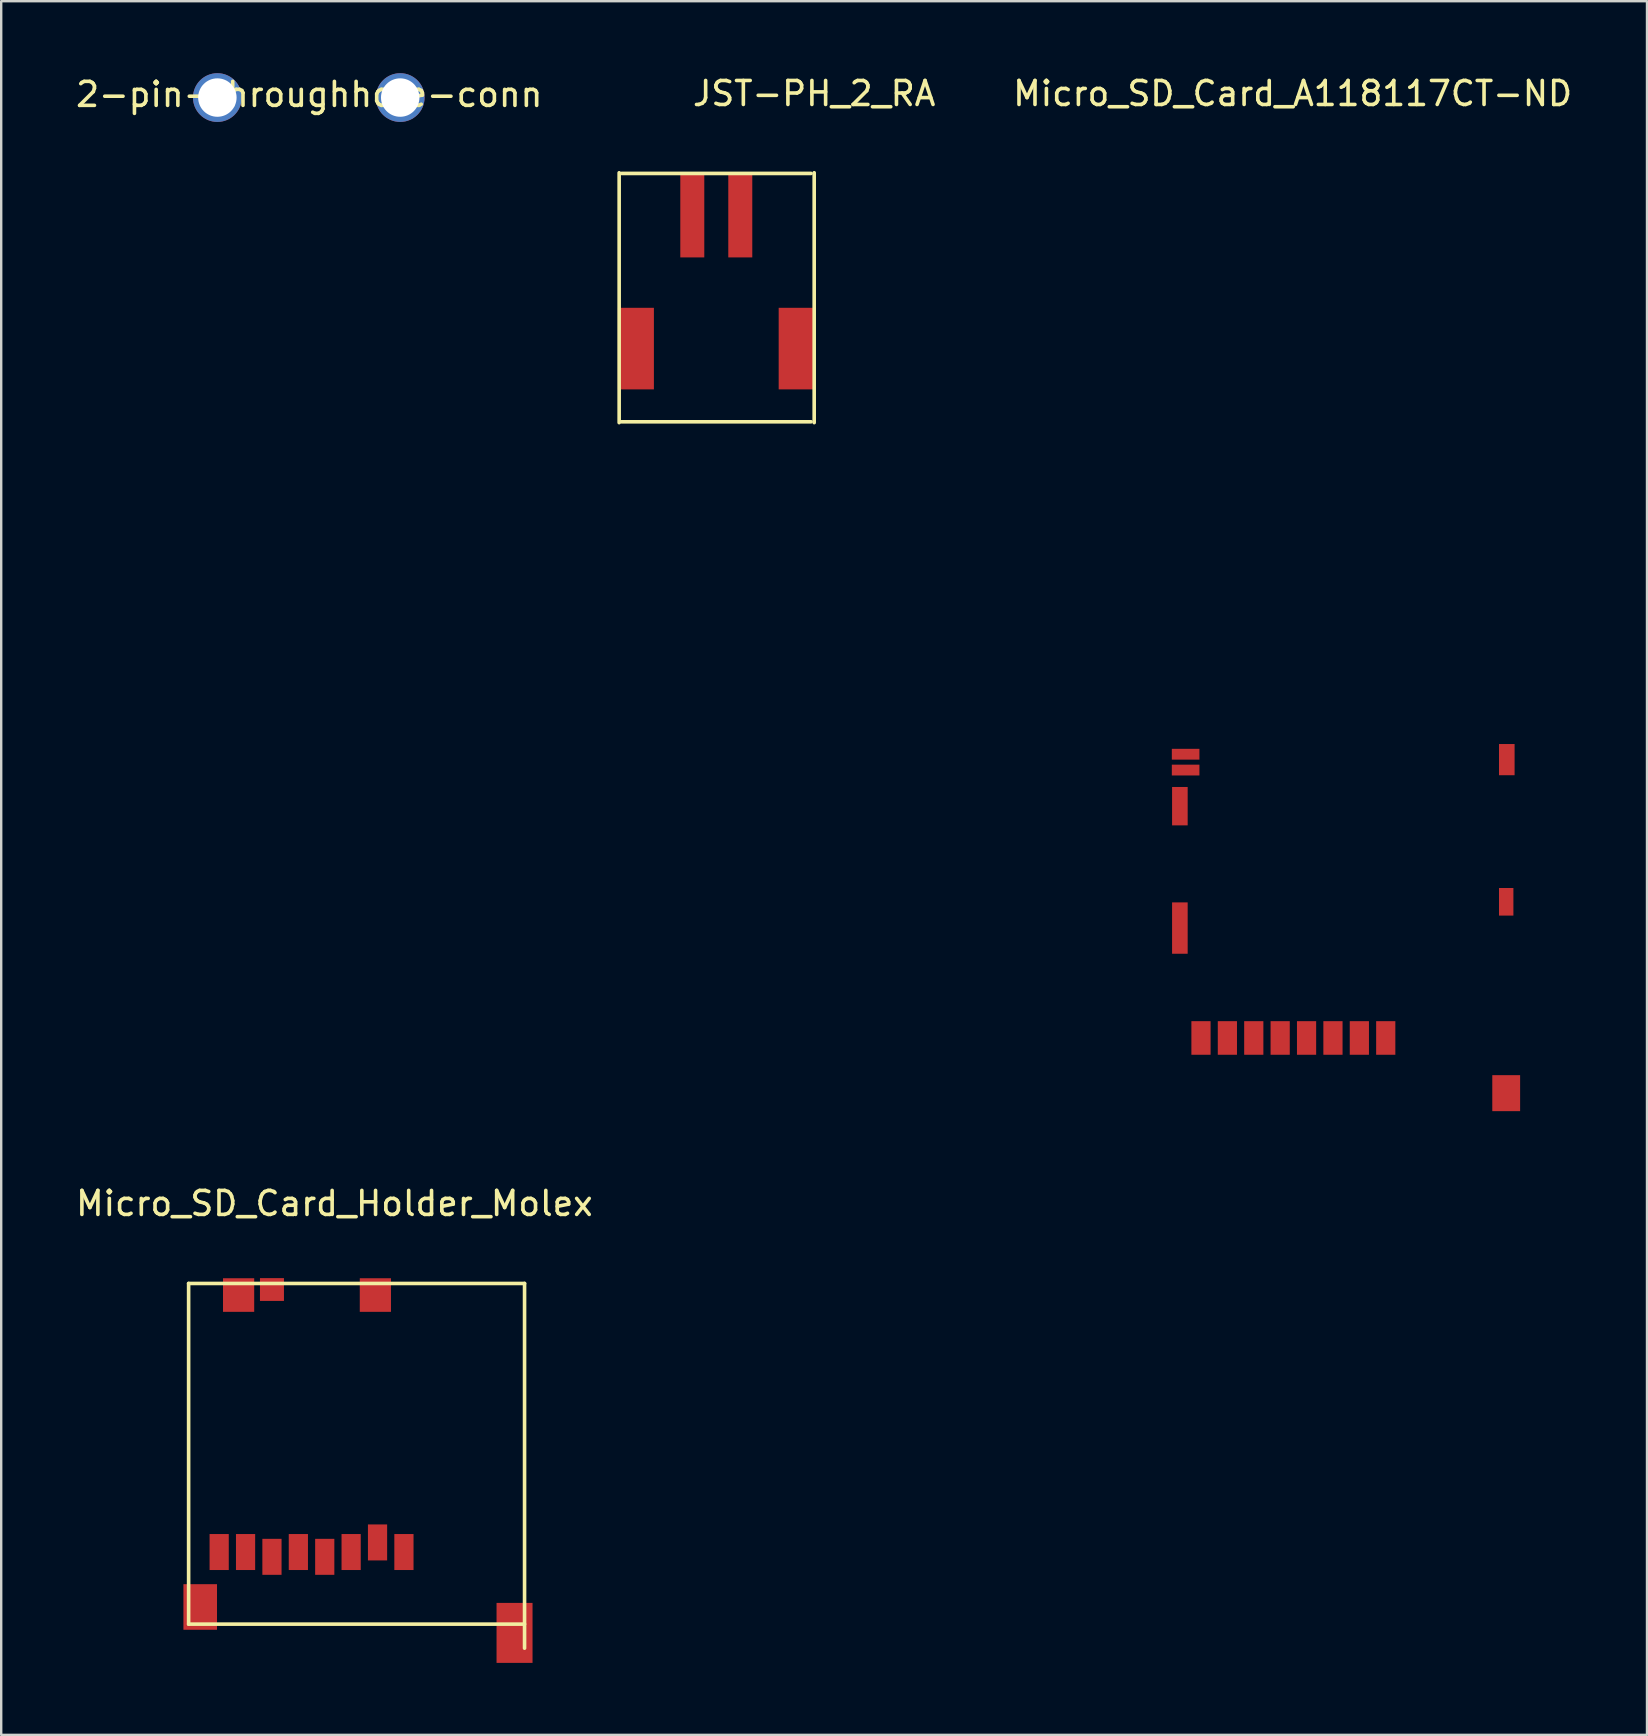
<source format=kicad_pcb>
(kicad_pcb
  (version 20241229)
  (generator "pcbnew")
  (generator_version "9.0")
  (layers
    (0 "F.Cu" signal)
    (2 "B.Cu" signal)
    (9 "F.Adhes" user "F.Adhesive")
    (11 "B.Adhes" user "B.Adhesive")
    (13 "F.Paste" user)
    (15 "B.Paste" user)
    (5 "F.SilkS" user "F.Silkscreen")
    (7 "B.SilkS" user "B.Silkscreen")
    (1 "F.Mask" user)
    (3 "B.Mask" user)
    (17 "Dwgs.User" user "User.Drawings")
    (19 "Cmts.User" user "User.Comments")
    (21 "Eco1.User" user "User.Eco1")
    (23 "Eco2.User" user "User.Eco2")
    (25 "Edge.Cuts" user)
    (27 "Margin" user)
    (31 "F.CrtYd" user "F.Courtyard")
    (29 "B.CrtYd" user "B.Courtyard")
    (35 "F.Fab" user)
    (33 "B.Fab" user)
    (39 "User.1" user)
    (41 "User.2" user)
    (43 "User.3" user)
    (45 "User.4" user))
  (footprint "JST-PH_2_RA"
    (layer "F.Cu")
    (at 25.802 5.928)
    (property "Reference" "JST-PH_2_RA" (at 5.08 -5.08 0) (layer "F.SilkS") (effects (font (size 1 1) (thickness 0.15))))
    (attr through_hole)
    (fp_line (start -3.048 8.636) (end -3.048 -1.778) (stroke (width 0.15) (type solid)) (layer "F.SilkS"))
    (fp_line (start -2.95 -1.75) (end 4.95 -1.75) (stroke (width 0.15) (type solid)) (layer "F.SilkS"))
    (fp_line (start -2.95 8.6) (end 4.95 8.6) (stroke (width 0.15) (type solid)) (layer "F.SilkS"))
    (fp_line (start 5.08 -1.778) (end 5.08 8.636) (stroke (width 0.15) (type solid)) (layer "F.SilkS"))
    (pad "" smd rect (at -2.35 5.55) (size 1.5 3.4) (layers "F.Cu" "F.Mask" "F.Paste"))
    (pad "" smd rect (at 4.35 5.55) (size 1.5 3.4) (layers "F.Cu" "F.Mask" "F.Paste"))
    (pad "1" smd rect (at 0 0) (size 1 3.5) (layers "F.Cu" "F.Mask" "F.Paste"))
    (pad "2" smd rect (at 2 0) (size 1 3.5) (layers "F.Cu" "F.Mask" "F.Paste")))
  (footprint "Micro_SD_Card_A118117CT-ND"
    (layer "F.Cu")
    (at 50.862 39.508)
    (property "Reference" "Micro_SD_Card_A118117CT-ND" (at -0.04 -38.66 0) (layer "F.SilkS") (effects (font (size 1 1) (thickness 0.15))))
    (attr through_hole)
    (pad "" connect rect (at -4.74 -8.96) (size 0.65 1.6) (layers "F.Cu" "F.Mask"))
    (pad "" connect rect (at -4.74 -3.88) (size 0.65 2.14) (layers "F.Cu" "F.Mask"))
    (pad "" connect rect (at 8.86 -4.975) (size 0.6 1.15) (layers "F.Cu" "F.Mask"))
    (pad "" connect rect (at 8.86 3) (size 1.16 1.5) (layers "F.Cu" "F.Mask"))
    (pad "" connect rect (at 8.885 -10.9) (size 0.65 1.3) (layers "F.Cu" "F.Mask"))
    (pad "1" connect rect (at -3.86 0.7) (size 0.8 1.4) (layers "F.Cu" "F.Mask"))
    (pad "2" connect rect (at -2.76 0.7) (size 0.8 1.4) (layers "F.Cu" "F.Mask"))
    (pad "3" connect rect (at -1.66 0.7) (size 0.8 1.4) (layers "F.Cu" "F.Mask"))
    (pad "4" connect rect (at -0.56 0.7) (size 0.8 1.4) (layers "F.Cu" "F.Mask"))
    (pad "5" connect rect (at 0.54 0.7) (size 0.8 1.4) (layers "F.Cu" "F.Mask"))
    (pad "6" connect rect (at 1.64 0.7) (size 0.8 1.4) (layers "F.Cu" "F.Mask"))
    (pad "7" connect rect (at 2.74 0.7) (size 0.8 1.4) (layers "F.Cu" "F.Mask"))
    (pad "8" connect rect (at 3.84 0.7) (size 0.8 1.4) (layers "F.Cu" "F.Mask"))
    (pad "9" connect rect (at -4.5 -11.125) (size 1.15 0.45) (layers "F.Cu" "F.Mask"))
    (pad "10" connect rect (at -4.5 -10.465) (size 1.15 0.45) (layers "F.Cu" "F.Mask")))
  (footprint "2-pin-throughhole-conn"
    (layer "F.Cu")
    (at 6.009 1.016)
    (property "Reference" "2-pin-throughhole-conn" (at 3.83 -0.13 0) (layer "F.SilkS") (effects (font (size 1 1) (thickness 0.15))))
    (attr through_hole)
    (pad "1" thru_hole circle (at 0 0) (size 2.032 2.032) (drill 1.602) (layers "*.Cu" "*.Mask"))
    (pad "2" thru_hole circle (at 7.62 0) (size 2.032 2.032) (drill 1.602) (layers "*.Cu" "*.Mask")))
  (footprint "Micro_SD_Card_Holder_Molex"
    (layer "F.Cu")
    (at 6.894 50.922)
    (property "Reference" "Micro_SD_Card_Holder_Molex" (at 3.993 -3.816 0) (layer "F.SilkS") (effects (font (size 1 1) (thickness 0.15))))
    (attr through_hole)
    (fp_line (start -2.083 -0.483) (end 11.917 -0.483) (stroke (width 0.15) (type solid)) (layer "F.SilkS"))
    (fp_line (start -2.083 13.716) (end -2.083 -0.484) (stroke (width 0.15) (type solid)) (layer "F.SilkS"))
    (fp_line (start -2.083 13.716) (end 11.917 13.716) (stroke (width 0.15) (type solid)) (layer "F.SilkS"))
    (fp_line (start 11.917 14.717) (end 11.917 -0.483) (stroke (width 0.15) (type solid)) (layer "F.SilkS"))
    (pad "" connect rect (at -1.6 13) (size 1.4 1.9) (layers "F.Cu" "F.Mask"))
    (pad "" smd rect (at 0 0) (size 1.3 1.4) (layers "F.Cu" "F.Mask" "F.Paste"))
    (pad "" smd rect (at 5.7 0) (size 1.3 1.4) (layers "F.Cu" "F.Mask" "F.Paste"))
    (pad "" connect rect (at 11.5 14.08) (size 1.5 2.5) (layers "F.Cu" "F.Mask"))
    (pad "1" connect rect (at 6.89 10.71) (size 0.8 1.5) (layers "F.Cu" "F.Mask"))
    (pad "2" connect rect (at 5.79 10.31) (size 0.8 1.5) (layers "F.Cu" "F.Mask"))
    (pad "3" connect rect (at 4.69 10.71) (size 0.8 1.5) (layers "F.Cu" "F.Mask"))
    (pad "4" connect rect (at 3.59 10.91) (size 0.8 1.5) (layers "F.Cu" "F.Mask"))
    (pad "5" connect rect (at 2.49 10.71) (size 0.8 1.5) (layers "F.Cu" "F.Mask"))
    (pad "6" connect rect (at 1.39 10.91) (size 0.8 1.5) (layers "F.Cu" "F.Mask"))
    (pad "7" connect rect (at 0.29 10.71) (size 0.8 1.5) (layers "F.Cu" "F.Mask"))
    (pad "8" connect rect (at -0.81 10.71) (size 0.8 1.5) (layers "F.Cu" "F.Mask"))
    (pad "9" connect rect (at 1.39 -0.23) (size 1 0.95) (layers "F.Cu" "F.Mask")))
  (gr_rect
    (start -3 -3)
    (end 65.59 69.252)
    (stroke (width 0.1) (type default))
    (fill no)
    (layer "Edge.Cuts")))
</source>
